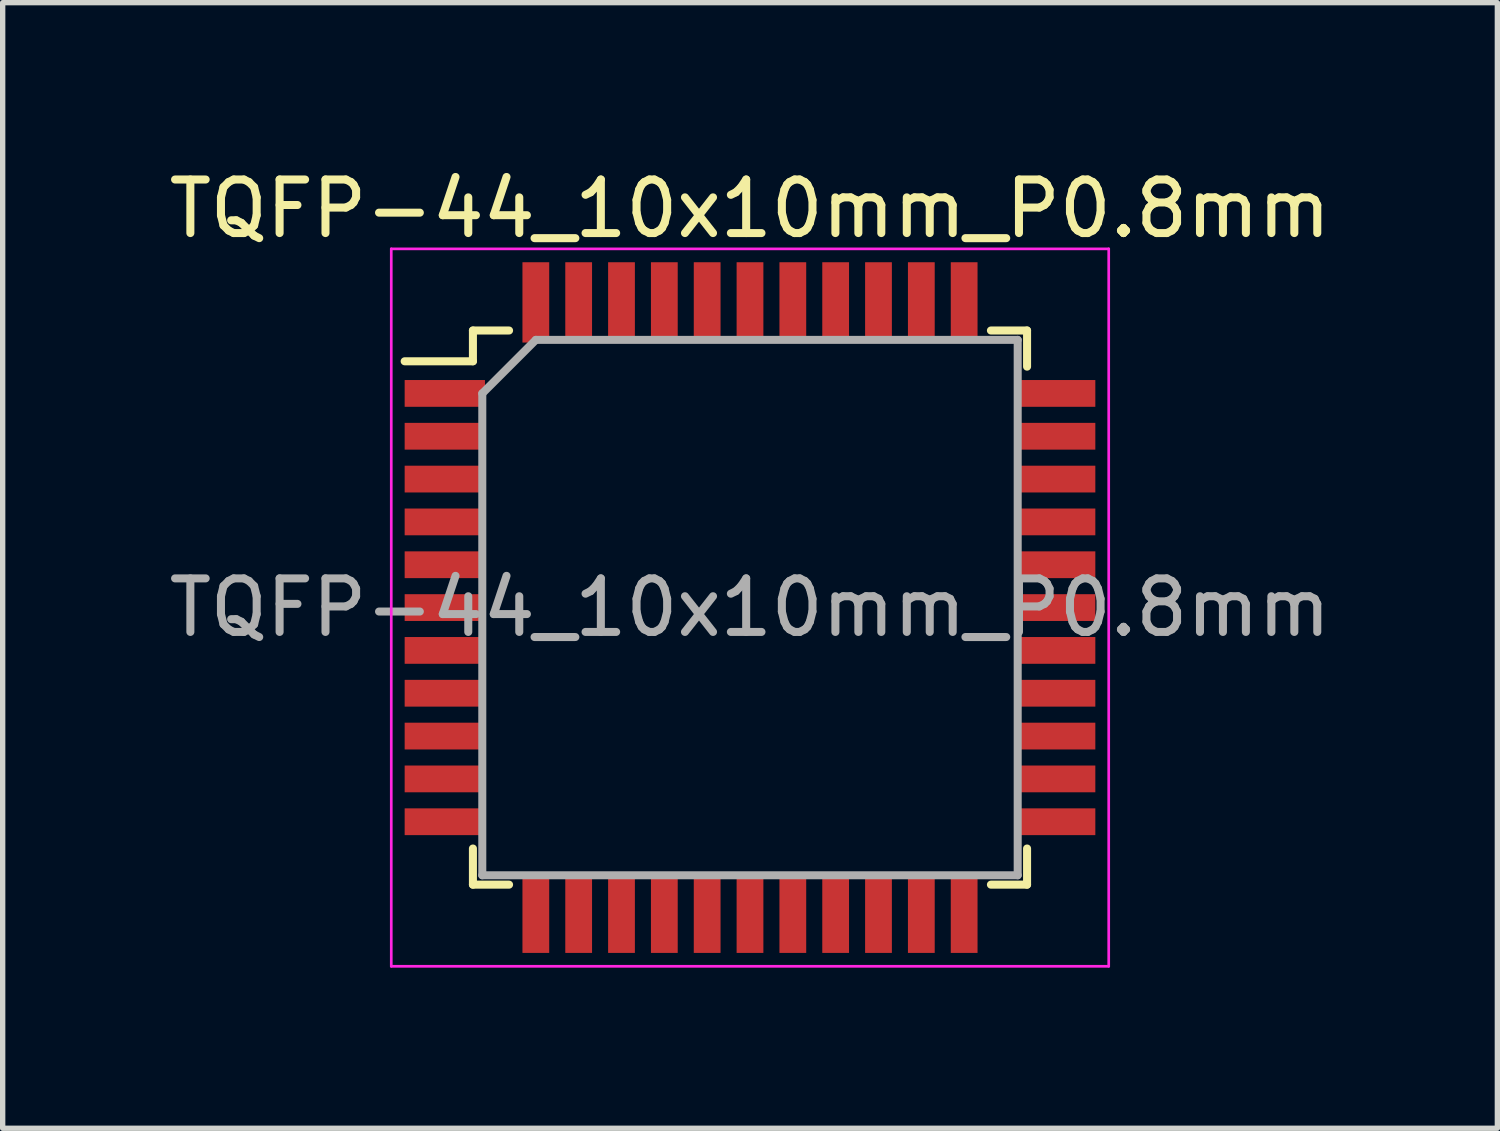
<source format=kicad_pcb>
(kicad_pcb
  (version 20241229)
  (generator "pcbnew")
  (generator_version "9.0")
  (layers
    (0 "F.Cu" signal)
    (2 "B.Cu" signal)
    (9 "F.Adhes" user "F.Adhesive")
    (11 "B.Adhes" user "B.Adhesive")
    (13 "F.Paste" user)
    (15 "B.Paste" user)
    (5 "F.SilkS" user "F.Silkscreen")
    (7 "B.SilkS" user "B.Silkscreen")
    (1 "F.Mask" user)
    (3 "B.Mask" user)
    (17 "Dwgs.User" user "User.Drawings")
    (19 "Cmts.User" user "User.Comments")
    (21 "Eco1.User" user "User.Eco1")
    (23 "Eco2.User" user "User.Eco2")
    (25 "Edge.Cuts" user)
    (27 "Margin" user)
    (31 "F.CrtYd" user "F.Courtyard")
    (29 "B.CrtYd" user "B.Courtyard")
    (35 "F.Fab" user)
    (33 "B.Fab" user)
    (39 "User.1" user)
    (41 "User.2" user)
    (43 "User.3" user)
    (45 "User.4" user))
  (footprint "TQFP-44_10x10mm_P0.8mm"
    (layer "F.Cu")
    (at 10.958 8.298)
    (property "Reference" "TQFP-44_10x10mm_P0.8mm" (at 0 -7.45 0) (layer "F.SilkS") (effects (font (size 1 1) (thickness 0.15))))
    (attr smd)
    (fp_line (start -5.175 -5.175) (end -5.175 -4.6) (stroke (width 0.15) (type solid)) (layer "F.SilkS"))
    (fp_line (start -5.175 -5.175) (end -4.5 -5.175) (stroke (width 0.15) (type solid)) (layer "F.SilkS"))
    (fp_line (start -5.175 -4.6) (end -6.45 -4.6) (stroke (width 0.15) (type solid)) (layer "F.SilkS"))
    (fp_line (start -5.175 5.175) (end -5.175 4.5) (stroke (width 0.15) (type solid)) (layer "F.SilkS"))
    (fp_line (start -5.175 5.175) (end -4.5 5.175) (stroke (width 0.15) (type solid)) (layer "F.SilkS"))
    (fp_line (start 5.175 -5.175) (end 4.5 -5.175) (stroke (width 0.15) (type solid)) (layer "F.SilkS"))
    (fp_line (start 5.175 -5.175) (end 5.175 -4.5) (stroke (width 0.15) (type solid)) (layer "F.SilkS"))
    (fp_line (start 5.175 5.175) (end 4.5 5.175) (stroke (width 0.15) (type solid)) (layer "F.SilkS"))
    (fp_line (start 5.175 5.175) (end 5.175 4.5) (stroke (width 0.15) (type solid)) (layer "F.SilkS"))
    (fp_line (start -6.7 -6.7) (end -6.7 6.7) (stroke (width 0.05) (type solid)) (layer "F.CrtYd"))
    (fp_line (start -6.7 -6.7) (end 6.7 -6.7) (stroke (width 0.05) (type solid)) (layer "F.CrtYd"))
    (fp_line (start -6.7 6.7) (end 6.7 6.7) (stroke (width 0.05) (type solid)) (layer "F.CrtYd"))
    (fp_line (start 6.7 -6.7) (end 6.7 6.7) (stroke (width 0.05) (type solid)) (layer "F.CrtYd"))
    (fp_line (start -5 -4) (end -4 -5) (stroke (width 0.15) (type solid)) (layer "F.Fab"))
    (fp_line (start -5 5) (end -5 -4) (stroke (width 0.15) (type solid)) (layer "F.Fab"))
    (fp_line (start -4 -5) (end 5 -5) (stroke (width 0.15) (type solid)) (layer "F.Fab"))
    (fp_line (start 5 -5) (end 5 5) (stroke (width 0.15) (type solid)) (layer "F.Fab"))
    (fp_line (start 5 5) (end -5 5) (stroke (width 0.15) (type solid)) (layer "F.Fab"))
    (fp_text user "${REFERENCE}" (at 0 0 0) (layer "F.Fab") (effects (font (size 1 1) (thickness 0.15))))
    (pad "1" smd rect (at -5.7 -4) (size 1.5 0.5) (layers "F.Cu" "F.Mask" "F.Paste"))
    (pad "2" smd rect (at -5.7 -3.2) (size 1.5 0.5) (layers "F.Cu" "F.Mask" "F.Paste"))
    (pad "3" smd rect (at -5.7 -2.4) (size 1.5 0.5) (layers "F.Cu" "F.Mask" "F.Paste"))
    (pad "4" smd rect (at -5.7 -1.6) (size 1.5 0.5) (layers "F.Cu" "F.Mask" "F.Paste"))
    (pad "5" smd rect (at -5.7 -0.8) (size 1.5 0.5) (layers "F.Cu" "F.Mask" "F.Paste"))
    (pad "6" smd rect (at -5.7 0) (size 1.5 0.5) (layers "F.Cu" "F.Mask" "F.Paste"))
    (pad "7" smd rect (at -5.7 0.8) (size 1.5 0.5) (layers "F.Cu" "F.Mask" "F.Paste"))
    (pad "8" smd rect (at -5.7 1.6) (size 1.5 0.5) (layers "F.Cu" "F.Mask" "F.Paste"))
    (pad "9" smd rect (at -5.7 2.4) (size 1.5 0.5) (layers "F.Cu" "F.Mask" "F.Paste"))
    (pad "10" smd rect (at -5.7 3.2) (size 1.5 0.5) (layers "F.Cu" "F.Mask" "F.Paste"))
    (pad "11" smd rect (at -5.7 4) (size 1.5 0.5) (layers "F.Cu" "F.Mask" "F.Paste"))
    (pad "12" smd rect (at -4 5.7 90) (size 1.5 0.5) (layers "F.Cu" "F.Mask" "F.Paste"))
    (pad "13" smd rect (at -3.2 5.7 90) (size 1.5 0.5) (layers "F.Cu" "F.Mask" "F.Paste"))
    (pad "14" smd rect (at -2.4 5.7 90) (size 1.5 0.5) (layers "F.Cu" "F.Mask" "F.Paste"))
    (pad "15" smd rect (at -1.6 5.7 90) (size 1.5 0.5) (layers "F.Cu" "F.Mask" "F.Paste"))
    (pad "16" smd rect (at -0.8 5.7 90) (size 1.5 0.5) (layers "F.Cu" "F.Mask" "F.Paste"))
    (pad "17" smd rect (at 0 5.7 90) (size 1.5 0.5) (layers "F.Cu" "F.Mask" "F.Paste"))
    (pad "18" smd rect (at 0.8 5.7 90) (size 1.5 0.5) (layers "F.Cu" "F.Mask" "F.Paste"))
    (pad "19" smd rect (at 1.6 5.7 90) (size 1.5 0.5) (layers "F.Cu" "F.Mask" "F.Paste"))
    (pad "20" smd rect (at 2.4 5.7 90) (size 1.5 0.5) (layers "F.Cu" "F.Mask" "F.Paste"))
    (pad "21" smd rect (at 3.2 5.7 90) (size 1.5 0.5) (layers "F.Cu" "F.Mask" "F.Paste"))
    (pad "22" smd rect (at 4 5.7 90) (size 1.5 0.5) (layers "F.Cu" "F.Mask" "F.Paste"))
    (pad "23" smd rect (at 5.7 4) (size 1.5 0.5) (layers "F.Cu" "F.Mask" "F.Paste"))
    (pad "24" smd rect (at 5.7 3.2) (size 1.5 0.5) (layers "F.Cu" "F.Mask" "F.Paste"))
    (pad "25" smd rect (at 5.7 2.4) (size 1.5 0.5) (layers "F.Cu" "F.Mask" "F.Paste"))
    (pad "26" smd rect (at 5.7 1.6) (size 1.5 0.5) (layers "F.Cu" "F.Mask" "F.Paste"))
    (pad "27" smd rect (at 5.7 0.8) (size 1.5 0.5) (layers "F.Cu" "F.Mask" "F.Paste"))
    (pad "28" smd rect (at 5.7 0) (size 1.5 0.5) (layers "F.Cu" "F.Mask" "F.Paste"))
    (pad "29" smd rect (at 5.7 -0.8) (size 1.5 0.5) (layers "F.Cu" "F.Mask" "F.Paste"))
    (pad "30" smd rect (at 5.7 -1.6) (size 1.5 0.5) (layers "F.Cu" "F.Mask" "F.Paste"))
    (pad "31" smd rect (at 5.7 -2.4) (size 1.5 0.5) (layers "F.Cu" "F.Mask" "F.Paste"))
    (pad "32" smd rect (at 5.7 -3.2) (size 1.5 0.5) (layers "F.Cu" "F.Mask" "F.Paste"))
    (pad "33" smd rect (at 5.7 -4) (size 1.5 0.5) (layers "F.Cu" "F.Mask" "F.Paste"))
    (pad "34" smd rect (at 4 -5.7 90) (size 1.5 0.5) (layers "F.Cu" "F.Mask" "F.Paste"))
    (pad "35" smd rect (at 3.2 -5.7 90) (size 1.5 0.5) (layers "F.Cu" "F.Mask" "F.Paste"))
    (pad "36" smd rect (at 2.4 -5.7 90) (size 1.5 0.5) (layers "F.Cu" "F.Mask" "F.Paste"))
    (pad "37" smd rect (at 1.6 -5.7 90) (size 1.5 0.5) (layers "F.Cu" "F.Mask" "F.Paste"))
    (pad "38" smd rect (at 0.8 -5.7 90) (size 1.5 0.5) (layers "F.Cu" "F.Mask" "F.Paste"))
    (pad "39" smd rect (at 0 -5.7 90) (size 1.5 0.5) (layers "F.Cu" "F.Mask" "F.Paste"))
    (pad "40" smd rect (at -0.8 -5.7 90) (size 1.5 0.5) (layers "F.Cu" "F.Mask" "F.Paste"))
    (pad "41" smd rect (at -1.6 -5.7 90) (size 1.5 0.5) (layers "F.Cu" "F.Mask" "F.Paste"))
    (pad "42" smd rect (at -2.4 -5.7 90) (size 1.5 0.5) (layers "F.Cu" "F.Mask" "F.Paste"))
    (pad "43" smd rect (at -3.2 -5.7 90) (size 1.5 0.5) (layers "F.Cu" "F.Mask" "F.Paste"))
    (pad "44" smd rect (at -4 -5.7 90) (size 1.5 0.5) (layers "F.Cu" "F.Mask" "F.Paste")))
  (gr_rect
    (start -3 -3)
    (end 24.917 18.023)
    (stroke (width 0.1) (type default))
    (fill no)
    (layer "Edge.Cuts")))
</source>
